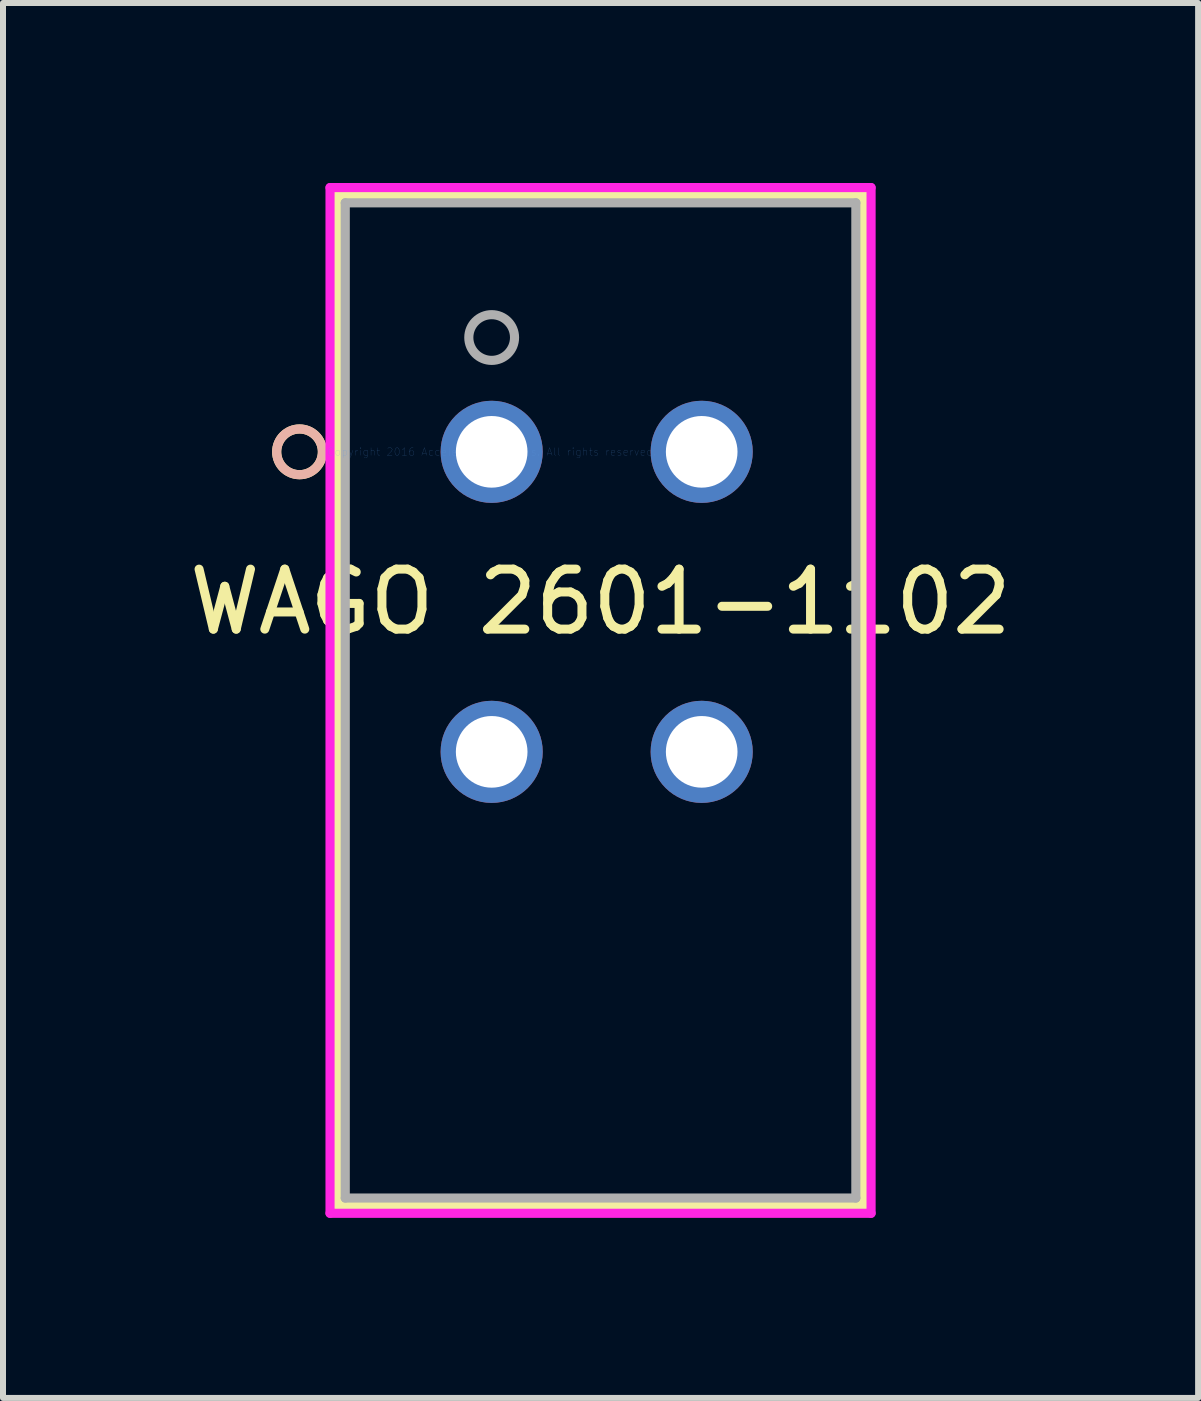
<source format=kicad_pcb>
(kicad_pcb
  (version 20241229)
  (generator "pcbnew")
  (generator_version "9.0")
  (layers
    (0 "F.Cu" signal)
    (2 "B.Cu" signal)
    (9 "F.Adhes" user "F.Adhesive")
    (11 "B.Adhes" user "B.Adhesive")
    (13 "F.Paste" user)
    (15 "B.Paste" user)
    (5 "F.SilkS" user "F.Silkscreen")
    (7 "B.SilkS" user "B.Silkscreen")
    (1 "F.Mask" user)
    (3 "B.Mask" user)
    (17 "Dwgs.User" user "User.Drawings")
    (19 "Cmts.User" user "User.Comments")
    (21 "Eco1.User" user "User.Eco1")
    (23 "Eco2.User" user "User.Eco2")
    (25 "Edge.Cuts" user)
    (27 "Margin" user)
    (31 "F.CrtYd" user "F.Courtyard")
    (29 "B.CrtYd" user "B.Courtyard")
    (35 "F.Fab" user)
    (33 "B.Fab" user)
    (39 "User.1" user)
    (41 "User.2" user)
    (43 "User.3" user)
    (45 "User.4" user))
  (footprint "WAGO 2601-1102"
    (layer "F.Cu")
    (at 5.144 4.48)
    (property "Reference" "WAGO 2601-1102" (at 1.814 2.5 0) (layer "F.SilkS") (effects (font (size 1 1) (thickness 0.15))))
    (attr through_hole)
    (fp_line (start -2.567 -4.277) (end -2.567 12.563) (stroke (width 0.152) (type solid)) (layer "F.SilkS"))
    (fp_line (start -2.567 12.563) (end 6.196 12.563) (stroke (width 0.152) (type solid)) (layer "F.SilkS"))
    (fp_line (start 6.196 -4.277) (end -2.567 -4.277) (stroke (width 0.152) (type solid)) (layer "F.SilkS"))
    (fp_line (start 6.196 12.563) (end 6.196 -4.277) (stroke (width 0.152) (type solid)) (layer "F.SilkS"))
    (fp_circle (center -3.202 0) (end -2.821 0) (stroke (width 0.152) (type solid)) (fill no) (layer "F.SilkS"))
    (fp_circle (center -3.202 0) (end -2.821 0) (stroke (width 0.152) (type solid)) (fill no) (layer "B.SilkS"))
    (fp_line (start -2.694 -4.404) (end -2.694 12.69) (stroke (width 0.152) (type solid)) (layer "F.CrtYd"))
    (fp_line (start -2.694 12.69) (end 6.323 12.69) (stroke (width 0.152) (type solid)) (layer "F.CrtYd"))
    (fp_line (start 6.323 -4.404) (end -2.694 -4.404) (stroke (width 0.152) (type solid)) (layer "F.CrtYd"))
    (fp_line (start 6.323 12.69) (end 6.323 -4.404) (stroke (width 0.152) (type solid)) (layer "F.CrtYd"))
    (fp_line (start -2.44 -4.15) (end -2.44 12.436) (stroke (width 0.152) (type solid)) (layer "F.Fab"))
    (fp_line (start -2.44 12.436) (end 6.069 12.436) (stroke (width 0.152) (type solid)) (layer "F.Fab"))
    (fp_line (start 6.069 -4.15) (end -2.44 -4.15) (stroke (width 0.152) (type solid)) (layer "F.Fab"))
    (fp_line (start 6.069 12.436) (end 6.069 -4.15) (stroke (width 0.152) (type solid)) (layer "F.Fab"))
    (fp_circle (center 0 -1.905) (end 0.381 -1.905) (stroke (width 0.152) (type solid)) (fill no) (layer "F.Fab"))
    (fp_text user "Copyright 2016 Accelerated Designs. All rights reserved." (at 0 0 0) (layer "Cmts.User") (effects (font (size 0.127 0.127) (thickness 0.002))))
    (pad "1" thru_hole circle (at -0.000001 0) (size 1.702 1.702) (drill 1.194) (layers "*.Cu" "*.Mask"))
    (pad "1" thru_hole circle (at -0.000001 5) (size 1.702 1.702) (drill 1.194) (layers "*.Cu" "*.Mask"))
    (pad "2" thru_hole circle (at 3.5 0) (size 1.702 1.702) (drill 1.194) (layers "*.Cu" "*.Mask"))
    (pad "2" thru_hole circle (at 3.5 5) (size 1.702 1.702) (drill 1.194) (layers "*.Cu" "*.Mask")))
  (gr_rect
    (start -3 -3)
    (end 16.917 20.247)
    (stroke (width 0.1) (type default))
    (fill no)
    (layer "Edge.Cuts")))
</source>
